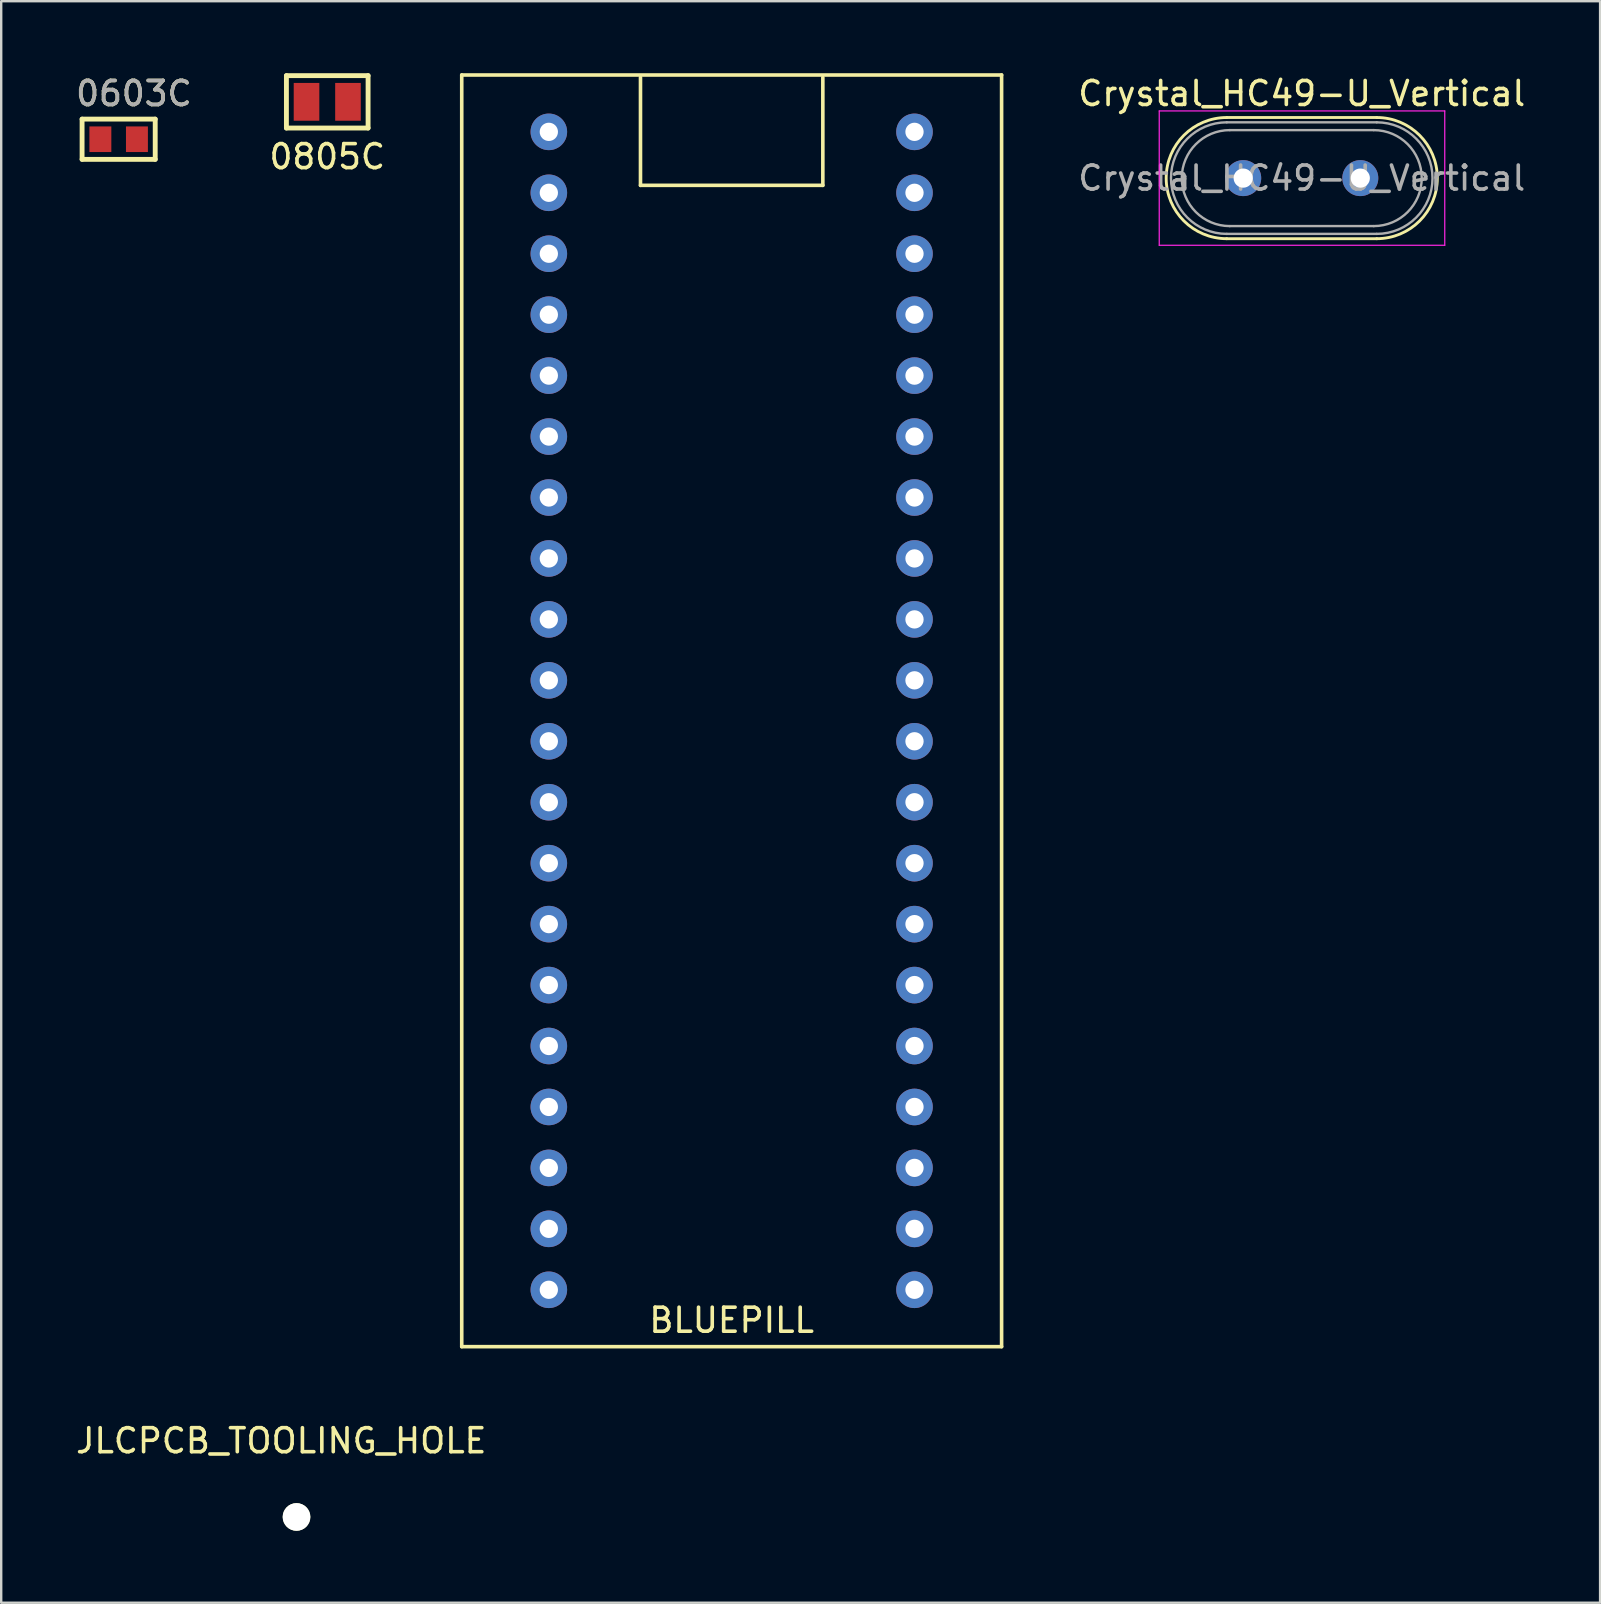
<source format=kicad_pcb>
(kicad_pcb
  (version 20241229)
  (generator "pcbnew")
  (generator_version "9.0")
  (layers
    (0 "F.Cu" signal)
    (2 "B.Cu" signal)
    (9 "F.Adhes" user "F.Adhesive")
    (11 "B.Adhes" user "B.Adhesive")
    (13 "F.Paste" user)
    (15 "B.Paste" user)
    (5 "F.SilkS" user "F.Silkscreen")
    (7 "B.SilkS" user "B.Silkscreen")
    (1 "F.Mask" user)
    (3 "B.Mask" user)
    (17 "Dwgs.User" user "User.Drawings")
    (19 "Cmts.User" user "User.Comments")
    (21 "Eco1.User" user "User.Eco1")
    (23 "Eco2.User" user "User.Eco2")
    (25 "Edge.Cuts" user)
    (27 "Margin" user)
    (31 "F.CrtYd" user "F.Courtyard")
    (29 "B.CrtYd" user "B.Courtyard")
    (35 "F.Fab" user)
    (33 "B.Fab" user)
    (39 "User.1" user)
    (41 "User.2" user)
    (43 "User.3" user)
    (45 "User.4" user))
  (footprint "0805C"
    (layer "F.Cu")
    (at 10.589 1.194)
    (property "Reference" "0805C" (at 0 2.286 0) (layer "F.SilkS") (effects (font (size 1 1) (thickness 0.15))))
    (attr through_hole)
    (fp_line (start -1.702 -1.092) (end -1.702 1.092) (stroke (width 0.203) (type solid)) (layer "F.SilkS"))
    (fp_line (start -1.702 -1.092) (end 1.702 -1.092) (stroke (width 0.203) (type solid)) (layer "F.SilkS"))
    (fp_line (start -1.702 1.092) (end 1.702 1.092) (stroke (width 0.203) (type solid)) (layer "F.SilkS"))
    (fp_line (start 1.702 -1.092) (end 1.702 1.092) (stroke (width 0.203) (type solid)) (layer "F.SilkS"))
    (pad "1" smd rect (at -0.864 0) (size 1.067 1.575) (layers "F.Cu" "F.Mask" "F.Paste"))
    (pad "2" smd rect (at 0.864 0) (size 1.067 1.575) (layers "F.Cu" "F.Mask" "F.Paste")))
  (footprint "0603C"
    (layer "F.Cu")
    (at 1.895 2.753)
    (property "Reference" "0603C" (at 0.635 -1.905 0) (layer "F.SilkS") (effects (font (size 1 1) (thickness 0.15))))
    (attr smd)
    (fp_line (start -1.524 -0.838) (end -1.524 0.838) (stroke (width 0.203) (type solid)) (layer "F.SilkS"))
    (fp_line (start -1.524 -0.838) (end 1.524 -0.838) (stroke (width 0.203) (type solid)) (layer "F.SilkS"))
    (fp_line (start -1.524 0.838) (end 1.524 0.838) (stroke (width 0.203) (type solid)) (layer "F.SilkS"))
    (fp_line (start 1.524 -0.838) (end 1.524 0.838) (stroke (width 0.203) (type solid)) (layer "F.SilkS"))
    (fp_text user "${REFERENCE}" (at 0.635 -1.905 0) (layer "F.Fab") (effects (font (size 1 1) (thickness 0.15))))
    (pad "1" smd rect (at -0.762 0) (size 0.914 1.067) (layers "F.Cu" "F.Mask" "F.Paste"))
    (pad "2" smd rect (at 0.762 0) (size 0.914 1.067) (layers "F.Cu" "F.Mask" "F.Paste")))
  (footprint "JLCPCB_TOOLING_HOLE"
    (layer "F.Cu")
    (at 9.308 60.173)
    (property "Reference" "JLCPCB_TOOLING_HOLE" (at -0.635 -3.175 0) (layer "F.SilkS") (effects (font (size 1 1) (thickness 0.15))))
    (attr through_hole)
    (pad "" np_thru_hole circle (at 0 0) (size 1.152 1.152) (drill 1.152) (layers "*.Cu" "*.Mask" "F.SilkS")))
  (footprint "Crystal_HC49-U_Vertical"
    (layer "F.Cu")
    (at 48.764 4.373)
    (property "Reference" "Crystal_HC49-U_Vertical" (at 2.44 -3.525 0) (layer "F.SilkS") (effects (font (size 1 1) (thickness 0.15))))
    (attr through_hole)
    (fp_line (start -0.685 -2.525) (end 5.565 -2.525) (stroke (width 0.12) (type solid)) (layer "F.SilkS"))
    (fp_line (start -0.685 2.525) (end 5.565 2.525) (stroke (width 0.12) (type solid)) (layer "F.SilkS"))
    (fp_arc (start -0.685 2.525) (mid -3.21 0) (end -0.685 -2.525) (stroke (width 0.12) (type solid)) (layer "F.SilkS"))
    (fp_arc (start 5.565 -2.525) (mid 8.09 0) (end 5.565 2.525) (stroke (width 0.12) (type solid)) (layer "F.SilkS"))
    (fp_line (start -3.5 -2.8) (end -3.5 2.8) (stroke (width 0.05) (type solid)) (layer "F.CrtYd"))
    (fp_line (start -3.5 2.8) (end 8.4 2.8) (stroke (width 0.05) (type solid)) (layer "F.CrtYd"))
    (fp_line (start 8.4 -2.8) (end -3.5 -2.8) (stroke (width 0.05) (type solid)) (layer "F.CrtYd"))
    (fp_line (start 8.4 2.8) (end 8.4 -2.8) (stroke (width 0.05) (type solid)) (layer "F.CrtYd"))
    (fp_line (start -0.685 -2.325) (end 5.565 -2.325) (stroke (width 0.1) (type solid)) (layer "F.Fab"))
    (fp_line (start -0.685 2.325) (end 5.565 2.325) (stroke (width 0.1) (type solid)) (layer "F.Fab"))
    (fp_line (start -0.56 -2) (end 5.44 -2) (stroke (width 0.1) (type solid)) (layer "F.Fab"))
    (fp_line (start -0.56 2) (end 5.44 2) (stroke (width 0.1) (type solid)) (layer "F.Fab"))
    (fp_arc (start -0.685 2.325) (mid -3.01 0) (end -0.685 -2.325) (stroke (width 0.1) (type solid)) (layer "F.Fab"))
    (fp_arc (start -0.56 2) (mid -2.56 0) (end -0.56 -2) (stroke (width 0.1) (type solid)) (layer "F.Fab"))
    (fp_arc (start 5.44 -2) (mid 7.44 0) (end 5.44 2) (stroke (width 0.1) (type solid)) (layer "F.Fab"))
    (fp_arc (start 5.565 -2.325) (mid 7.89 0) (end 5.565 2.325) (stroke (width 0.1) (type solid)) (layer "F.Fab"))
    (fp_text user "${REFERENCE}" (at 2.44 0 0) (layer "F.Fab") (effects (font (size 1 1) (thickness 0.15))))
    (pad "1" thru_hole circle (at 0 0) (size 1.5 1.5) (drill 0.8) (layers "*.Cu" "*.Mask"))
    (pad "2" thru_hole circle (at 4.88 0) (size 1.5 1.5) (drill 0.8) (layers "*.Cu" "*.Mask")))
  (footprint "BLUEPILL"
    (layer "F.Cu")
    (at 27.444 26.575)
    (property "Reference" "BLUEPILL" (at 0 25.4 0) (layer "F.SilkS") (effects (font (size 1 1) (thickness 0.15))))
    (attr through_hole)
    (fp_line (start -11.25 -26.5) (end 11.25 -26.5) (stroke (width 0.15) (type solid)) (layer "F.SilkS"))
    (fp_line (start -11.25 26.5) (end -11.25 -26.5) (stroke (width 0.15) (type solid)) (layer "F.SilkS"))
    (fp_line (start -3.8 -26.4) (end -3.8 -21.9) (stroke (width 0.15) (type solid)) (layer "F.SilkS"))
    (fp_line (start -3.8 -21.9) (end 3.8 -21.9) (stroke (width 0.15) (type solid)) (layer "F.SilkS"))
    (fp_line (start 3.8 -21.9) (end 3.8 -26.4) (stroke (width 0.15) (type solid)) (layer "F.SilkS"))
    (fp_line (start 11.25 -26.5) (end 11.25 26.5) (stroke (width 0.15) (type solid)) (layer "F.SilkS"))
    (fp_line (start 11.25 26.5) (end -11.25 26.5) (stroke (width 0.15) (type solid)) (layer "F.SilkS"))
    (pad "1" thru_hole circle (at -7.62 -24.13) (size 1.524 1.524) (drill 0.762) (layers "*.Cu" "*.Mask"))
    (pad "2" thru_hole circle (at -7.62 -21.59) (size 1.524 1.524) (drill 0.762) (layers "*.Cu" "*.Mask"))
    (pad "3" thru_hole circle (at -7.62 -19.05) (size 1.524 1.524) (drill 0.762) (layers "*.Cu" "*.Mask"))
    (pad "4" thru_hole circle (at -7.62 -16.51) (size 1.524 1.524) (drill 0.762) (layers "*.Cu" "*.Mask"))
    (pad "5" thru_hole circle (at -7.62 -13.97) (size 1.524 1.524) (drill 0.762) (layers "*.Cu" "*.Mask"))
    (pad "6" thru_hole circle (at -7.62 -11.43) (size 1.524 1.524) (drill 0.762) (layers "*.Cu" "*.Mask"))
    (pad "7" thru_hole circle (at -7.62 -8.89) (size 1.524 1.524) (drill 0.762) (layers "*.Cu" "*.Mask"))
    (pad "8" thru_hole circle (at -7.62 -6.35) (size 1.524 1.524) (drill 0.762) (layers "*.Cu" "*.Mask"))
    (pad "9" thru_hole circle (at -7.62 -3.81) (size 1.524 1.524) (drill 0.762) (layers "*.Cu" "*.Mask"))
    (pad "10" thru_hole circle (at -7.62 -1.27) (size 1.524 1.524) (drill 0.762) (layers "*.Cu" "*.Mask"))
    (pad "11" thru_hole circle (at -7.62 1.27) (size 1.524 1.524) (drill 0.762) (layers "*.Cu" "*.Mask"))
    (pad "12" thru_hole circle (at -7.62 3.81) (size 1.524 1.524) (drill 0.762) (layers "*.Cu" "*.Mask"))
    (pad "13" thru_hole circle (at -7.62 6.35) (size 1.524 1.524) (drill 0.762) (layers "*.Cu" "*.Mask"))
    (pad "14" thru_hole circle (at -7.62 8.89) (size 1.524 1.524) (drill 0.762) (layers "*.Cu" "*.Mask"))
    (pad "15" thru_hole circle (at -7.62 11.43) (size 1.524 1.524) (drill 0.762) (layers "*.Cu" "*.Mask"))
    (pad "16" thru_hole circle (at -7.62 13.97) (size 1.524 1.524) (drill 0.762) (layers "*.Cu" "*.Mask"))
    (pad "17" thru_hole circle (at -7.62 16.51) (size 1.524 1.524) (drill 0.762) (layers "*.Cu" "*.Mask"))
    (pad "18" thru_hole circle (at -7.62 19.05) (size 1.524 1.524) (drill 0.762) (layers "*.Cu" "*.Mask"))
    (pad "19" thru_hole circle (at -7.62 21.59) (size 1.524 1.524) (drill 0.762) (layers "*.Cu" "*.Mask"))
    (pad "20" thru_hole circle (at -7.62 24.13) (size 1.524 1.524) (drill 0.762) (layers "*.Cu" "*.Mask"))
    (pad "21" thru_hole circle (at 7.62 24.13) (size 1.524 1.524) (drill 0.762) (layers "*.Cu" "*.Mask"))
    (pad "22" thru_hole circle (at 7.62 21.59) (size 1.524 1.524) (drill 0.762) (layers "*.Cu" "*.Mask"))
    (pad "23" thru_hole circle (at 7.62 19.05) (size 1.524 1.524) (drill 0.762) (layers "*.Cu" "*.Mask"))
    (pad "24" thru_hole circle (at 7.62 16.51) (size 1.524 1.524) (drill 0.762) (layers "*.Cu" "*.Mask"))
    (pad "25" thru_hole circle (at 7.62 13.97) (size 1.524 1.524) (drill 0.762) (layers "*.Cu" "*.Mask"))
    (pad "26" thru_hole circle (at 7.62 11.43) (size 1.524 1.524) (drill 0.762) (layers "*.Cu" "*.Mask"))
    (pad "27" thru_hole circle (at 7.62 8.89) (size 1.524 1.524) (drill 0.762) (layers "*.Cu" "*.Mask"))
    (pad "28" thru_hole circle (at 7.62 6.35) (size 1.524 1.524) (drill 0.762) (layers "*.Cu" "*.Mask"))
    (pad "29" thru_hole circle (at 7.62 3.81) (size 1.524 1.524) (drill 0.762) (layers "*.Cu" "*.Mask"))
    (pad "30" thru_hole circle (at 7.62 1.27) (size 1.524 1.524) (drill 0.762) (layers "*.Cu" "*.Mask"))
    (pad "31" thru_hole circle (at 7.62 -1.27) (size 1.524 1.524) (drill 0.762) (layers "*.Cu" "*.Mask"))
    (pad "32" thru_hole circle (at 7.62 -3.81) (size 1.524 1.524) (drill 0.762) (layers "*.Cu" "*.Mask"))
    (pad "33" thru_hole circle (at 7.62 -6.35) (size 1.524 1.524) (drill 0.762) (layers "*.Cu" "*.Mask"))
    (pad "34" thru_hole circle (at 7.62 -8.89) (size 1.524 1.524) (drill 0.762) (layers "*.Cu" "*.Mask"))
    (pad "35" thru_hole circle (at 7.62 -11.43) (size 1.524 1.524) (drill 0.762) (layers "*.Cu" "*.Mask"))
    (pad "36" thru_hole circle (at 7.62 -13.97) (size 1.524 1.524) (drill 0.762) (layers "*.Cu" "*.Mask"))
    (pad "37" thru_hole circle (at 7.62 -16.51) (size 1.524 1.524) (drill 0.762) (layers "*.Cu" "*.Mask"))
    (pad "38" thru_hole circle (at 7.62 -19.05) (size 1.524 1.524) (drill 0.762) (layers "*.Cu" "*.Mask"))
    (pad "39" thru_hole circle (at 7.62 -21.59) (size 1.524 1.524) (drill 0.762) (layers "*.Cu" "*.Mask"))
    (pad "40" thru_hole circle (at 7.62 -24.13) (size 1.524 1.524) (drill 0.762) (layers "*.Cu" "*.Mask")))
  (gr_rect
    (start -3 -3)
    (end 63.638 63.749)
    (stroke (width 0.1) (type default))
    (fill no)
    (layer "Edge.Cuts")))
</source>
